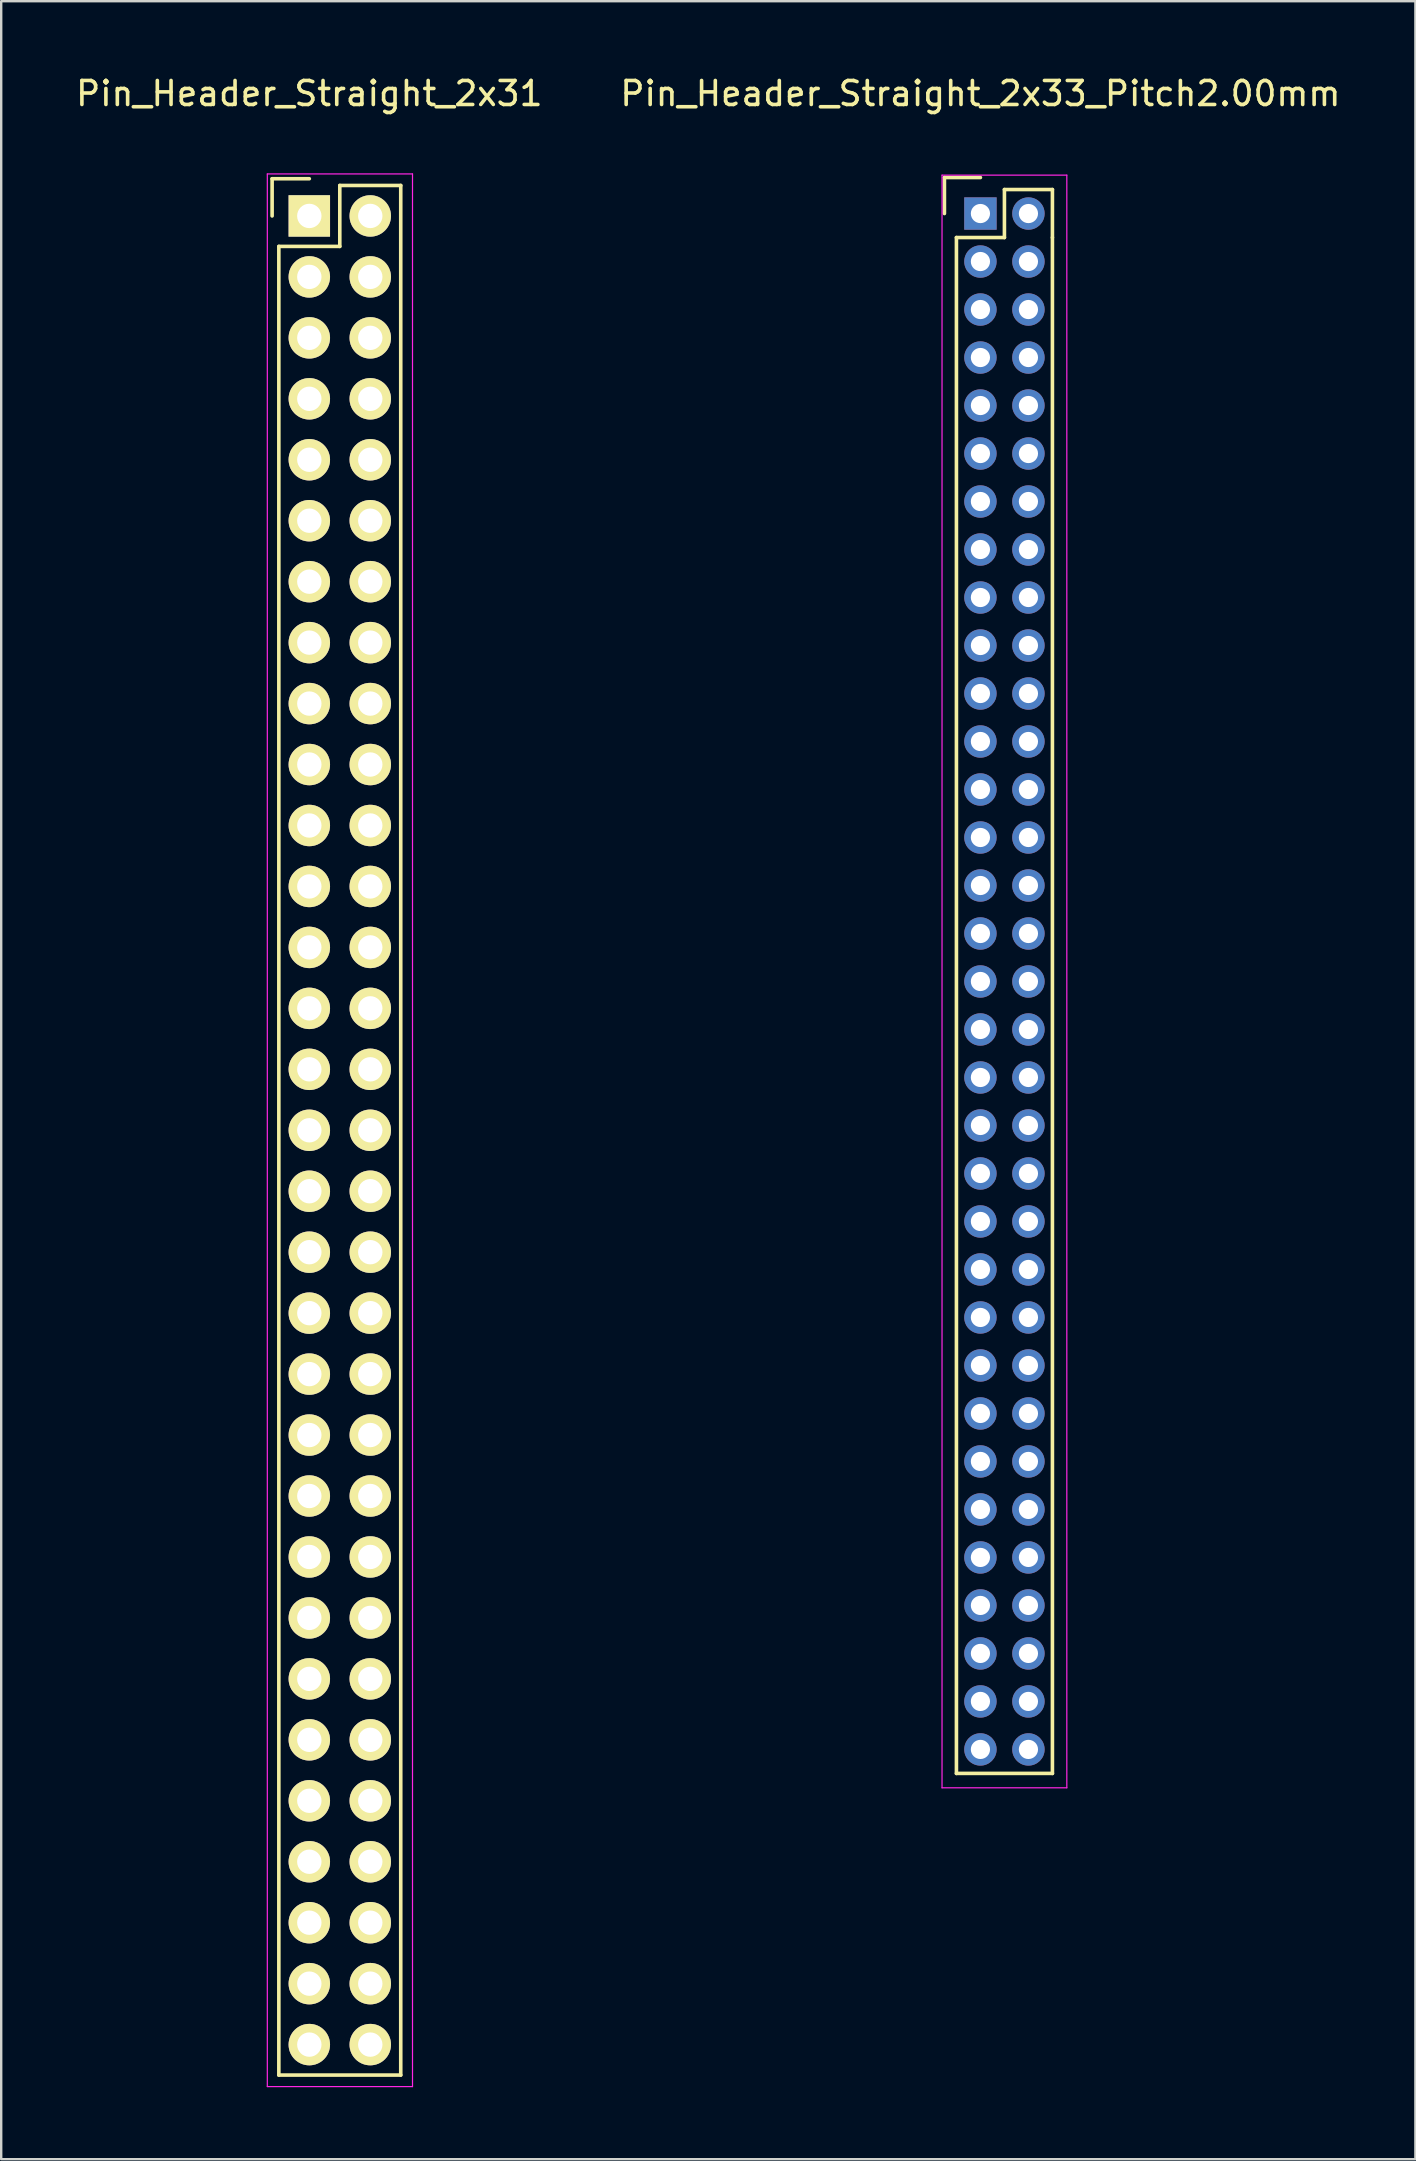
<source format=kicad_pcb>
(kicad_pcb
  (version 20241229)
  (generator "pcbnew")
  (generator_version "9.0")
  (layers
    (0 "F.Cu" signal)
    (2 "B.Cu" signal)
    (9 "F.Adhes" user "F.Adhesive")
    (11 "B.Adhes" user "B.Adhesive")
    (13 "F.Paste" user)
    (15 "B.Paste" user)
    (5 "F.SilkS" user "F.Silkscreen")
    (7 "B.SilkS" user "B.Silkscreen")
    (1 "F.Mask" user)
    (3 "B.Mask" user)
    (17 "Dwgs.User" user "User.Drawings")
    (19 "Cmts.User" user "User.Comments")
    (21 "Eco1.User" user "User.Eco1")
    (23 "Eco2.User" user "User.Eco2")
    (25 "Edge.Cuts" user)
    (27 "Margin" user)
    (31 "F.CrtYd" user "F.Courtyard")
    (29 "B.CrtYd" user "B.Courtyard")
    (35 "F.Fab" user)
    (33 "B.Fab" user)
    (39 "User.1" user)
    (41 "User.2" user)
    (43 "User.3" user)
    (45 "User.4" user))
  (footprint "Pin_Header_Straight_2x31"
    (layer "F.Cu")
    (at 9.839 5.948)
    (property "Reference" "Pin_Header_Straight_2x31" (at 0 -5.1 0) (layer "F.SilkS") (effects (font (size 1 1) (thickness 0.15))))
    (attr through_hole)
    (fp_line (start -1.55 -1.55) (end -1.55 0) (stroke (width 0.15) (type solid)) (layer "F.SilkS"))
    (fp_line (start -1.27 77.47) (end -1.27 1.27) (stroke (width 0.15) (type solid)) (layer "F.SilkS"))
    (fp_line (start 0 -1.55) (end -1.55 -1.55) (stroke (width 0.15) (type solid)) (layer "F.SilkS"))
    (fp_line (start 1.27 -1.27) (end 1.27 1.27) (stroke (width 0.15) (type solid)) (layer "F.SilkS"))
    (fp_line (start 1.27 1.27) (end -1.27 1.27) (stroke (width 0.15) (type solid)) (layer "F.SilkS"))
    (fp_line (start 3.81 -1.27) (end 1.27 -1.27) (stroke (width 0.15) (type solid)) (layer "F.SilkS"))
    (fp_line (start 3.81 -1.27) (end 3.81 77.47) (stroke (width 0.15) (type solid)) (layer "F.SilkS"))
    (fp_line (start 3.81 77.47) (end -1.27 77.47) (stroke (width 0.15) (type solid)) (layer "F.SilkS"))
    (fp_line (start -1.75 -1.75) (end -1.75 77.95) (stroke (width 0.05) (type solid)) (layer "F.CrtYd"))
    (fp_line (start -1.75 -1.75) (end 4.3 -1.75) (stroke (width 0.05) (type solid)) (layer "F.CrtYd"))
    (fp_line (start -1.75 77.95) (end 4.3 77.95) (stroke (width 0.05) (type solid)) (layer "F.CrtYd"))
    (fp_line (start 4.3 -1.75) (end 4.3 77.95) (stroke (width 0.05) (type solid)) (layer "F.CrtYd"))
    (pad "1" thru_hole rect (at 0 0) (size 1.727 1.727) (drill 1.016) (layers "*.Cu" "*.Mask" "F.SilkS"))
    (pad "2" thru_hole oval (at 2.54 0) (size 1.727 1.727) (drill 1.016) (layers "*.Cu" "*.Mask" "F.SilkS"))
    (pad "3" thru_hole oval (at 0 2.54) (size 1.727 1.727) (drill 1.016) (layers "*.Cu" "*.Mask" "F.SilkS"))
    (pad "4" thru_hole oval (at 2.54 2.54) (size 1.727 1.727) (drill 1.016) (layers "*.Cu" "*.Mask" "F.SilkS"))
    (pad "5" thru_hole oval (at 0 5.08) (size 1.727 1.727) (drill 1.016) (layers "*.Cu" "*.Mask" "F.SilkS"))
    (pad "6" thru_hole oval (at 2.54 5.08) (size 1.727 1.727) (drill 1.016) (layers "*.Cu" "*.Mask" "F.SilkS"))
    (pad "7" thru_hole oval (at 0 7.62) (size 1.727 1.727) (drill 1.016) (layers "*.Cu" "*.Mask" "F.SilkS"))
    (pad "8" thru_hole oval (at 2.54 7.62) (size 1.727 1.727) (drill 1.016) (layers "*.Cu" "*.Mask" "F.SilkS"))
    (pad "9" thru_hole oval (at 0 10.16) (size 1.727 1.727) (drill 1.016) (layers "*.Cu" "*.Mask" "F.SilkS"))
    (pad "10" thru_hole oval (at 2.54 10.16) (size 1.727 1.727) (drill 1.016) (layers "*.Cu" "*.Mask" "F.SilkS"))
    (pad "11" thru_hole oval (at 0 12.7) (size 1.727 1.727) (drill 1.016) (layers "*.Cu" "*.Mask" "F.SilkS"))
    (pad "12" thru_hole oval (at 2.54 12.7) (size 1.727 1.727) (drill 1.016) (layers "*.Cu" "*.Mask" "F.SilkS"))
    (pad "13" thru_hole oval (at 0 15.24) (size 1.727 1.727) (drill 1.016) (layers "*.Cu" "*.Mask" "F.SilkS"))
    (pad "14" thru_hole oval (at 2.54 15.24) (size 1.727 1.727) (drill 1.016) (layers "*.Cu" "*.Mask" "F.SilkS"))
    (pad "15" thru_hole oval (at 0 17.78) (size 1.727 1.727) (drill 1.016) (layers "*.Cu" "*.Mask" "F.SilkS"))
    (pad "16" thru_hole oval (at 2.54 17.78) (size 1.727 1.727) (drill 1.016) (layers "*.Cu" "*.Mask" "F.SilkS"))
    (pad "17" thru_hole oval (at 0 20.32) (size 1.727 1.727) (drill 1.016) (layers "*.Cu" "*.Mask" "F.SilkS"))
    (pad "18" thru_hole oval (at 2.54 20.32) (size 1.727 1.727) (drill 1.016) (layers "*.Cu" "*.Mask" "F.SilkS"))
    (pad "19" thru_hole oval (at 0 22.86) (size 1.727 1.727) (drill 1.016) (layers "*.Cu" "*.Mask" "F.SilkS"))
    (pad "20" thru_hole oval (at 2.54 22.86) (size 1.727 1.727) (drill 1.016) (layers "*.Cu" "*.Mask" "F.SilkS"))
    (pad "21" thru_hole oval (at 0 25.4) (size 1.727 1.727) (drill 1.016) (layers "*.Cu" "*.Mask" "F.SilkS"))
    (pad "22" thru_hole oval (at 2.54 25.4) (size 1.727 1.727) (drill 1.016) (layers "*.Cu" "*.Mask" "F.SilkS"))
    (pad "23" thru_hole oval (at 0 27.94) (size 1.727 1.727) (drill 1.016) (layers "*.Cu" "*.Mask" "F.SilkS"))
    (pad "24" thru_hole oval (at 2.54 27.94) (size 1.727 1.727) (drill 1.016) (layers "*.Cu" "*.Mask" "F.SilkS"))
    (pad "25" thru_hole oval (at 0 30.48) (size 1.727 1.727) (drill 1.016) (layers "*.Cu" "*.Mask" "F.SilkS"))
    (pad "26" thru_hole oval (at 2.54 30.48) (size 1.727 1.727) (drill 1.016) (layers "*.Cu" "*.Mask" "F.SilkS"))
    (pad "27" thru_hole oval (at 0 33.02) (size 1.727 1.727) (drill 1.016) (layers "*.Cu" "*.Mask" "F.SilkS"))
    (pad "28" thru_hole oval (at 2.54 33.02) (size 1.727 1.727) (drill 1.016) (layers "*.Cu" "*.Mask" "F.SilkS"))
    (pad "29" thru_hole oval (at 0 35.56) (size 1.727 1.727) (drill 1.016) (layers "*.Cu" "*.Mask" "F.SilkS"))
    (pad "30" thru_hole oval (at 2.54 35.56) (size 1.727 1.727) (drill 1.016) (layers "*.Cu" "*.Mask" "F.SilkS"))
    (pad "31" thru_hole oval (at 0 38.1) (size 1.727 1.727) (drill 1.016) (layers "*.Cu" "*.Mask" "F.SilkS"))
    (pad "32" thru_hole oval (at 2.54 38.1) (size 1.727 1.727) (drill 1.016) (layers "*.Cu" "*.Mask" "F.SilkS"))
    (pad "33" thru_hole oval (at 0 40.64) (size 1.727 1.727) (drill 1.016) (layers "*.Cu" "*.Mask" "F.SilkS"))
    (pad "34" thru_hole oval (at 2.54 40.64) (size 1.727 1.727) (drill 1.016) (layers "*.Cu" "*.Mask" "F.SilkS"))
    (pad "35" thru_hole oval (at 0 43.18) (size 1.727 1.727) (drill 1.016) (layers "*.Cu" "*.Mask" "F.SilkS"))
    (pad "36" thru_hole oval (at 2.54 43.18) (size 1.727 1.727) (drill 1.016) (layers "*.Cu" "*.Mask" "F.SilkS"))
    (pad "37" thru_hole oval (at 0 45.72) (size 1.727 1.727) (drill 1.016) (layers "*.Cu" "*.Mask" "F.SilkS"))
    (pad "38" thru_hole oval (at 2.54 45.72) (size 1.727 1.727) (drill 1.016) (layers "*.Cu" "*.Mask" "F.SilkS"))
    (pad "39" thru_hole oval (at 0 48.26) (size 1.727 1.727) (drill 1.016) (layers "*.Cu" "*.Mask" "F.SilkS"))
    (pad "40" thru_hole oval (at 2.54 48.26) (size 1.727 1.727) (drill 1.016) (layers "*.Cu" "*.Mask" "F.SilkS"))
    (pad "41" thru_hole oval (at 0 50.8) (size 1.727 1.727) (drill 1.016) (layers "*.Cu" "*.Mask" "F.SilkS"))
    (pad "42" thru_hole oval (at 2.54 50.8) (size 1.727 1.727) (drill 1.016) (layers "*.Cu" "*.Mask" "F.SilkS"))
    (pad "43" thru_hole oval (at 0 53.34) (size 1.727 1.727) (drill 1.016) (layers "*.Cu" "*.Mask" "F.SilkS"))
    (pad "44" thru_hole oval (at 2.54 53.34) (size 1.727 1.727) (drill 1.016) (layers "*.Cu" "*.Mask" "F.SilkS"))
    (pad "45" thru_hole oval (at 0 55.88) (size 1.727 1.727) (drill 1.016) (layers "*.Cu" "*.Mask" "F.SilkS"))
    (pad "46" thru_hole oval (at 2.54 55.88) (size 1.727 1.727) (drill 1.016) (layers "*.Cu" "*.Mask" "F.SilkS"))
    (pad "47" thru_hole oval (at 0 58.42) (size 1.727 1.727) (drill 1.016) (layers "*.Cu" "*.Mask" "F.SilkS"))
    (pad "48" thru_hole oval (at 2.54 58.42) (size 1.727 1.727) (drill 1.016) (layers "*.Cu" "*.Mask" "F.SilkS"))
    (pad "49" thru_hole oval (at 0 60.96) (size 1.727 1.727) (drill 1.016) (layers "*.Cu" "*.Mask" "F.SilkS"))
    (pad "50" thru_hole oval (at 2.54 60.96) (size 1.727 1.727) (drill 1.016) (layers "*.Cu" "*.Mask" "F.SilkS"))
    (pad "51" thru_hole oval (at 0 63.5) (size 1.727 1.727) (drill 1.016) (layers "*.Cu" "*.Mask" "F.SilkS"))
    (pad "52" thru_hole oval (at 2.54 63.5) (size 1.727 1.727) (drill 1.016) (layers "*.Cu" "*.Mask" "F.SilkS"))
    (pad "53" thru_hole oval (at 0 66.04) (size 1.727 1.727) (drill 1.016) (layers "*.Cu" "*.Mask" "F.SilkS"))
    (pad "54" thru_hole oval (at 2.54 66.04) (size 1.727 1.727) (drill 1.016) (layers "*.Cu" "*.Mask" "F.SilkS"))
    (pad "55" thru_hole oval (at 0 68.58) (size 1.727 1.727) (drill 1.016) (layers "*.Cu" "*.Mask" "F.SilkS"))
    (pad "56" thru_hole oval (at 2.54 68.58) (size 1.727 1.727) (drill 1.016) (layers "*.Cu" "*.Mask" "F.SilkS"))
    (pad "57" thru_hole oval (at 0 71.12) (size 1.727 1.727) (drill 1.016) (layers "*.Cu" "*.Mask" "F.SilkS"))
    (pad "58" thru_hole oval (at 2.54 71.12) (size 1.727 1.727) (drill 1.016) (layers "*.Cu" "*.Mask" "F.SilkS"))
    (pad "59" thru_hole oval (at 0 73.66) (size 1.727 1.727) (drill 1.016) (layers "*.Cu" "*.Mask" "F.SilkS"))
    (pad "60" thru_hole oval (at 2.54 73.66) (size 1.727 1.727) (drill 1.016) (layers "*.Cu" "*.Mask" "F.SilkS"))
    (pad "61" thru_hole oval (at 0 76.2) (size 1.727 1.727) (drill 1.016) (layers "*.Cu" "*.Mask" "F.SilkS"))
    (pad "62" thru_hole oval (at 2.54 76.2) (size 1.727 1.727) (drill 1.016) (layers "*.Cu" "*.Mask" "F.SilkS")))
  (footprint "Pin_Header_Straight_2x33_Pitch2.00mm"
    (layer "F.Cu")
    (at 37.804 5.848)
    (property "Reference" "Pin_Header_Straight_2x33_Pitch2.00mm" (at 0 -5 0) (layer "F.SilkS") (effects (font (size 1 1) (thickness 0.15))))
    (attr through_hole)
    (fp_line (start -1.5 -1.5) (end 0 -1.5) (stroke (width 0.15) (type solid)) (layer "F.SilkS"))
    (fp_line (start -1.5 0) (end -1.5 -1.5) (stroke (width 0.15) (type solid)) (layer "F.SilkS"))
    (fp_line (start -1 1) (end 1 1) (stroke (width 0.15) (type solid)) (layer "F.SilkS"))
    (fp_line (start -1 65) (end -1 1) (stroke (width 0.15) (type solid)) (layer "F.SilkS"))
    (fp_line (start 1 -1) (end 3 -1) (stroke (width 0.15) (type solid)) (layer "F.SilkS"))
    (fp_line (start 1 1) (end 1 -1) (stroke (width 0.15) (type solid)) (layer "F.SilkS"))
    (fp_line (start 3 -1) (end 3 1) (stroke (width 0.15) (type solid)) (layer "F.SilkS"))
    (fp_line (start 3 1) (end 3 65) (stroke (width 0.15) (type solid)) (layer "F.SilkS"))
    (fp_line (start 3 65) (end -1 65) (stroke (width 0.15) (type solid)) (layer "F.SilkS"))
    (fp_line (start -1.6 -1.6) (end 3.6 -1.6) (stroke (width 0.05) (type solid)) (layer "F.CrtYd"))
    (fp_line (start -1.6 65.6) (end -1.6 -1.6) (stroke (width 0.05) (type solid)) (layer "F.CrtYd"))
    (fp_line (start 3.6 -1.6) (end 3.6 65.6) (stroke (width 0.05) (type solid)) (layer "F.CrtYd"))
    (fp_line (start 3.6 65.6) (end -1.6 65.6) (stroke (width 0.05) (type solid)) (layer "F.CrtYd"))
    (pad "1" thru_hole rect (at 0 0) (size 1.35 1.35) (drill 0.8) (layers "*.Cu" "*.Mask"))
    (pad "2" thru_hole circle (at 2 0) (size 1.35 1.35) (drill 0.8) (layers "*.Cu" "*.Mask"))
    (pad "3" thru_hole circle (at 0 2) (size 1.35 1.35) (drill 0.8) (layers "*.Cu" "*.Mask"))
    (pad "4" thru_hole circle (at 2 2) (size 1.35 1.35) (drill 0.8) (layers "*.Cu" "*.Mask"))
    (pad "5" thru_hole circle (at 0 4) (size 1.35 1.35) (drill 0.8) (layers "*.Cu" "*.Mask"))
    (pad "6" thru_hole circle (at 2 4) (size 1.35 1.35) (drill 0.8) (layers "*.Cu" "*.Mask"))
    (pad "7" thru_hole circle (at 0 6) (size 1.35 1.35) (drill 0.8) (layers "*.Cu" "*.Mask"))
    (pad "8" thru_hole circle (at 2 6) (size 1.35 1.35) (drill 0.8) (layers "*.Cu" "*.Mask"))
    (pad "9" thru_hole circle (at 0 8) (size 1.35 1.35) (drill 0.8) (layers "*.Cu" "*.Mask"))
    (pad "10" thru_hole circle (at 2 8) (size 1.35 1.35) (drill 0.8) (layers "*.Cu" "*.Mask"))
    (pad "11" thru_hole circle (at 0 10) (size 1.35 1.35) (drill 0.8) (layers "*.Cu" "*.Mask"))
    (pad "12" thru_hole circle (at 2 10) (size 1.35 1.35) (drill 0.8) (layers "*.Cu" "*.Mask"))
    (pad "13" thru_hole circle (at 0 12) (size 1.35 1.35) (drill 0.8) (layers "*.Cu" "*.Mask"))
    (pad "14" thru_hole circle (at 2 12) (size 1.35 1.35) (drill 0.8) (layers "*.Cu" "*.Mask"))
    (pad "15" thru_hole circle (at 0 14) (size 1.35 1.35) (drill 0.8) (layers "*.Cu" "*.Mask"))
    (pad "16" thru_hole circle (at 2 14) (size 1.35 1.35) (drill 0.8) (layers "*.Cu" "*.Mask"))
    (pad "17" thru_hole circle (at 0 16) (size 1.35 1.35) (drill 0.8) (layers "*.Cu" "*.Mask"))
    (pad "18" thru_hole circle (at 2 16) (size 1.35 1.35) (drill 0.8) (layers "*.Cu" "*.Mask"))
    (pad "19" thru_hole circle (at 0 18) (size 1.35 1.35) (drill 0.8) (layers "*.Cu" "*.Mask"))
    (pad "20" thru_hole circle (at 2 18) (size 1.35 1.35) (drill 0.8) (layers "*.Cu" "*.Mask"))
    (pad "21" thru_hole circle (at 0 20) (size 1.35 1.35) (drill 0.8) (layers "*.Cu" "*.Mask"))
    (pad "22" thru_hole circle (at 2 20) (size 1.35 1.35) (drill 0.8) (layers "*.Cu" "*.Mask"))
    (pad "23" thru_hole circle (at 0 22) (size 1.35 1.35) (drill 0.8) (layers "*.Cu" "*.Mask"))
    (pad "24" thru_hole circle (at 2 22) (size 1.35 1.35) (drill 0.8) (layers "*.Cu" "*.Mask"))
    (pad "25" thru_hole circle (at 0 24) (size 1.35 1.35) (drill 0.8) (layers "*.Cu" "*.Mask"))
    (pad "26" thru_hole circle (at 2 24) (size 1.35 1.35) (drill 0.8) (layers "*.Cu" "*.Mask"))
    (pad "27" thru_hole circle (at 0 26) (size 1.35 1.35) (drill 0.8) (layers "*.Cu" "*.Mask"))
    (pad "28" thru_hole circle (at 2 26) (size 1.35 1.35) (drill 0.8) (layers "*.Cu" "*.Mask"))
    (pad "29" thru_hole circle (at 0 28) (size 1.35 1.35) (drill 0.8) (layers "*.Cu" "*.Mask"))
    (pad "30" thru_hole circle (at 2 28) (size 1.35 1.35) (drill 0.8) (layers "*.Cu" "*.Mask"))
    (pad "31" thru_hole circle (at 0 30) (size 1.35 1.35) (drill 0.8) (layers "*.Cu" "*.Mask"))
    (pad "32" thru_hole circle (at 2 30) (size 1.35 1.35) (drill 0.8) (layers "*.Cu" "*.Mask"))
    (pad "33" thru_hole circle (at 0 32) (size 1.35 1.35) (drill 0.8) (layers "*.Cu" "*.Mask"))
    (pad "34" thru_hole circle (at 2 32) (size 1.35 1.35) (drill 0.8) (layers "*.Cu" "*.Mask"))
    (pad "35" thru_hole circle (at 0 34) (size 1.35 1.35) (drill 0.8) (layers "*.Cu" "*.Mask"))
    (pad "36" thru_hole circle (at 2 34) (size 1.35 1.35) (drill 0.8) (layers "*.Cu" "*.Mask"))
    (pad "37" thru_hole circle (at 0 36) (size 1.35 1.35) (drill 0.8) (layers "*.Cu" "*.Mask"))
    (pad "38" thru_hole circle (at 2 36) (size 1.35 1.35) (drill 0.8) (layers "*.Cu" "*.Mask"))
    (pad "39" thru_hole circle (at 0 38) (size 1.35 1.35) (drill 0.8) (layers "*.Cu" "*.Mask"))
    (pad "40" thru_hole circle (at 2 38) (size 1.35 1.35) (drill 0.8) (layers "*.Cu" "*.Mask"))
    (pad "41" thru_hole circle (at 0 40) (size 1.35 1.35) (drill 0.8) (layers "*.Cu" "*.Mask"))
    (pad "42" thru_hole circle (at 2 40) (size 1.35 1.35) (drill 0.8) (layers "*.Cu" "*.Mask"))
    (pad "43" thru_hole circle (at 0 42) (size 1.35 1.35) (drill 0.8) (layers "*.Cu" "*.Mask"))
    (pad "44" thru_hole circle (at 2 42) (size 1.35 1.35) (drill 0.8) (layers "*.Cu" "*.Mask"))
    (pad "45" thru_hole circle (at 0 44) (size 1.35 1.35) (drill 0.8) (layers "*.Cu" "*.Mask"))
    (pad "46" thru_hole circle (at 2 44) (size 1.35 1.35) (drill 0.8) (layers "*.Cu" "*.Mask"))
    (pad "47" thru_hole circle (at 0 46) (size 1.35 1.35) (drill 0.8) (layers "*.Cu" "*.Mask"))
    (pad "48" thru_hole circle (at 2 46) (size 1.35 1.35) (drill 0.8) (layers "*.Cu" "*.Mask"))
    (pad "49" thru_hole circle (at 0 48) (size 1.35 1.35) (drill 0.8) (layers "*.Cu" "*.Mask"))
    (pad "50" thru_hole circle (at 2 48) (size 1.35 1.35) (drill 0.8) (layers "*.Cu" "*.Mask"))
    (pad "51" thru_hole circle (at 0 50) (size 1.35 1.35) (drill 0.8) (layers "*.Cu" "*.Mask"))
    (pad "52" thru_hole circle (at 2 50) (size 1.35 1.35) (drill 0.8) (layers "*.Cu" "*.Mask"))
    (pad "53" thru_hole circle (at 0 52) (size 1.35 1.35) (drill 0.8) (layers "*.Cu" "*.Mask"))
    (pad "54" thru_hole circle (at 2 52) (size 1.35 1.35) (drill 0.8) (layers "*.Cu" "*.Mask"))
    (pad "55" thru_hole circle (at 0 54) (size 1.35 1.35) (drill 0.8) (layers "*.Cu" "*.Mask"))
    (pad "56" thru_hole circle (at 2 54) (size 1.35 1.35) (drill 0.8) (layers "*.Cu" "*.Mask"))
    (pad "57" thru_hole circle (at 0 56) (size 1.35 1.35) (drill 0.8) (layers "*.Cu" "*.Mask"))
    (pad "58" thru_hole circle (at 2 56) (size 1.35 1.35) (drill 0.8) (layers "*.Cu" "*.Mask"))
    (pad "59" thru_hole circle (at 0 58) (size 1.35 1.35) (drill 0.8) (layers "*.Cu" "*.Mask"))
    (pad "60" thru_hole circle (at 2 58) (size 1.35 1.35) (drill 0.8) (layers "*.Cu" "*.Mask"))
    (pad "61" thru_hole circle (at 0 60) (size 1.35 1.35) (drill 0.8) (layers "*.Cu" "*.Mask"))
    (pad "62" thru_hole circle (at 2 60) (size 1.35 1.35) (drill 0.8) (layers "*.Cu" "*.Mask"))
    (pad "63" thru_hole circle (at 0 62) (size 1.35 1.35) (drill 0.8) (layers "*.Cu" "*.Mask"))
    (pad "64" thru_hole circle (at 2 62) (size 1.35 1.35) (drill 0.8) (layers "*.Cu" "*.Mask"))
    (pad "65" thru_hole circle (at 0 64) (size 1.35 1.35) (drill 0.8) (layers "*.Cu" "*.Mask"))
    (pad "66" thru_hole circle (at 2 64) (size 1.35 1.35) (drill 0.8) (layers "*.Cu" "*.Mask")))
  (gr_rect
    (start -3 -3)
    (end 55.929 86.923)
    (stroke (width 0.1) (type default))
    (fill no)
    (layer "Edge.Cuts")))
</source>
